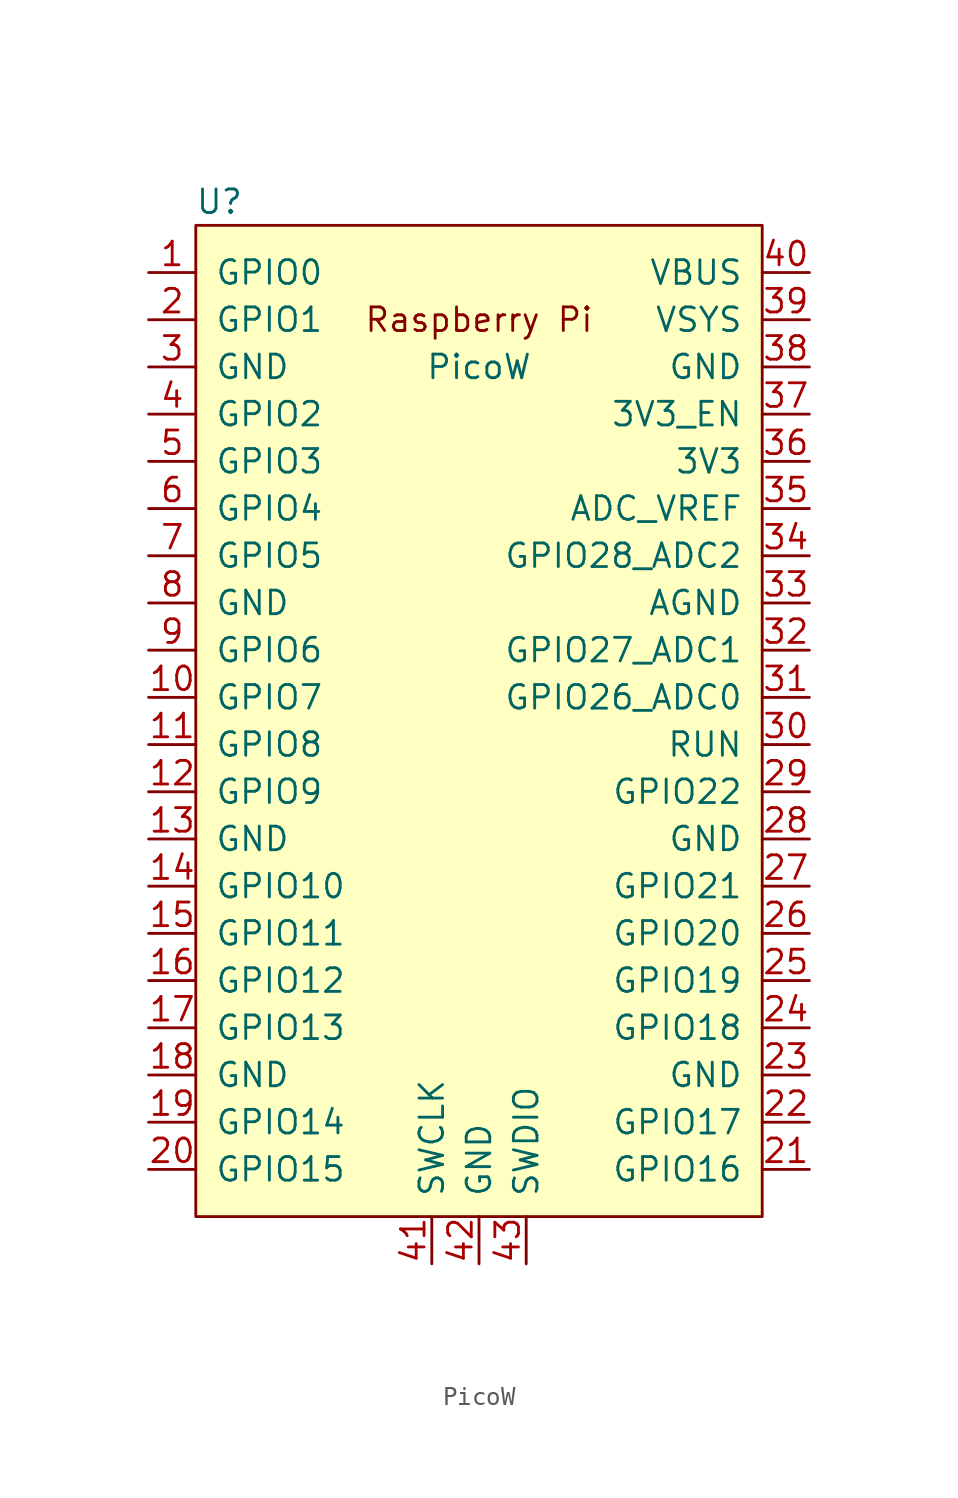
<source format=kicad_sym>
(kicad_symbol_lib
  (version 20220914)
  (generator kicad_symbol_editor)
  (symbol "PicoW"
    (pin_names
      (offset 1.016))
    (property "Reference" "U"
      (at -13.97 27.94 0)
      (effects (font (size 1.27 1.27))))
    (property "Value" "PicoW"
      (at 0 19.05 0)
      (effects (font (size 1.27 1.27))))
    (symbol "PicoW_0_0"
      (text "Raspberry Pi" (at 0 21.59 0) (effects (font (size 1.27 1.27)))))
    (symbol "PicoW_0_1"
      (rectangle (start -15.24 26.67) (end 15.24 -26.67) (stroke (width 0) (type default)) (fill (type background))))
    (symbol "PicoW_1_1"
      (pin bidirectional line (at -17.78 24.13 0) (length 2.54) (name "GPIO0" (effects (font (size 1.27 1.27)))) (number "1" (effects (font (size 1.27 1.27)))))
      (pin bidirectional line (at -17.78 1.27 0) (length 2.54) (name "GPIO7" (effects (font (size 1.27 1.27)))) (number "10" (effects (font (size 1.27 1.27)))))
      (pin bidirectional line (at -17.78 -1.27 0) (length 2.54) (name "GPIO8" (effects (font (size 1.27 1.27)))) (number "11" (effects (font (size 1.27 1.27)))))
      (pin bidirectional line (at -17.78 -3.81 0) (length 2.54) (name "GPIO9" (effects (font (size 1.27 1.27)))) (number "12" (effects (font (size 1.27 1.27)))))
      (pin power_in line (at -17.78 -6.35 0) (length 2.54) (name "GND" (effects (font (size 1.27 1.27)))) (number "13" (effects (font (size 1.27 1.27)))))
      (pin bidirectional line (at -17.78 -8.89 0) (length 2.54) (name "GPIO10" (effects (font (size 1.27 1.27)))) (number "14" (effects (font (size 1.27 1.27)))))
      (pin bidirectional line (at -17.78 -11.43 0) (length 2.54) (name "GPIO11" (effects (font (size 1.27 1.27)))) (number "15" (effects (font (size 1.27 1.27)))))
      (pin bidirectional line (at -17.78 -13.97 0) (length 2.54) (name "GPIO12" (effects (font (size 1.27 1.27)))) (number "16" (effects (font (size 1.27 1.27)))))
      (pin bidirectional line (at -17.78 -16.51 0) (length 2.54) (name "GPIO13" (effects (font (size 1.27 1.27)))) (number "17" (effects (font (size 1.27 1.27)))))
      (pin power_in line (at -17.78 -19.05 0) (length 2.54) (name "GND" (effects (font (size 1.27 1.27)))) (number "18" (effects (font (size 1.27 1.27)))))
      (pin bidirectional line (at -17.78 -21.59 0) (length 2.54) (name "GPIO14" (effects (font (size 1.27 1.27)))) (number "19" (effects (font (size 1.27 1.27)))))
      (pin bidirectional line (at -17.78 21.59 0) (length 2.54) (name "GPIO1" (effects (font (size 1.27 1.27)))) (number "2" (effects (font (size 1.27 1.27)))))
      (pin bidirectional line (at -17.78 -24.13 0) (length 2.54) (name "GPIO15" (effects (font (size 1.27 1.27)))) (number "20" (effects (font (size 1.27 1.27)))))
      (pin bidirectional line (at 17.78 -24.13 180) (length 2.54) (name "GPIO16" (effects (font (size 1.27 1.27)))) (number "21" (effects (font (size 1.27 1.27)))))
      (pin bidirectional line (at 17.78 -21.59 180) (length 2.54) (name "GPIO17" (effects (font (size 1.27 1.27)))) (number "22" (effects (font (size 1.27 1.27)))))
      (pin power_in line (at 17.78 -19.05 180) (length 2.54) (name "GND" (effects (font (size 1.27 1.27)))) (number "23" (effects (font (size 1.27 1.27)))))
      (pin bidirectional line (at 17.78 -16.51 180) (length 2.54) (name "GPIO18" (effects (font (size 1.27 1.27)))) (number "24" (effects (font (size 1.27 1.27)))))
      (pin bidirectional line (at 17.78 -13.97 180) (length 2.54) (name "GPIO19" (effects (font (size 1.27 1.27)))) (number "25" (effects (font (size 1.27 1.27)))))
      (pin bidirectional line (at 17.78 -11.43 180) (length 2.54) (name "GPIO20" (effects (font (size 1.27 1.27)))) (number "26" (effects (font (size 1.27 1.27)))))
      (pin bidirectional line (at 17.78 -8.89 180) (length 2.54) (name "GPIO21" (effects (font (size 1.27 1.27)))) (number "27" (effects (font (size 1.27 1.27)))))
      (pin power_in line (at 17.78 -6.35 180) (length 2.54) (name "GND" (effects (font (size 1.27 1.27)))) (number "28" (effects (font (size 1.27 1.27)))))
      (pin bidirectional line (at 17.78 -3.81 180) (length 2.54) (name "GPIO22" (effects (font (size 1.27 1.27)))) (number "29" (effects (font (size 1.27 1.27)))))
      (pin power_in line (at -17.78 19.05 0) (length 2.54) (name "GND" (effects (font (size 1.27 1.27)))) (number "3" (effects (font (size 1.27 1.27)))))
      (pin input line (at 17.78 -1.27 180) (length 2.54) (name "RUN" (effects (font (size 1.27 1.27)))) (number "30" (effects (font (size 1.27 1.27)))))
      (pin bidirectional line (at 17.78 1.27 180) (length 2.54) (name "GPIO26_ADC0" (effects (font (size 1.27 1.27)))) (number "31" (effects (font (size 1.27 1.27)))))
      (pin bidirectional line (at 17.78 3.81 180) (length 2.54) (name "GPIO27_ADC1" (effects (font (size 1.27 1.27)))) (number "32" (effects (font (size 1.27 1.27)))))
      (pin power_in line (at 17.78 6.35 180) (length 2.54) (name "AGND" (effects (font (size 1.27 1.27)))) (number "33" (effects (font (size 1.27 1.27)))))
      (pin bidirectional line (at 17.78 8.89 180) (length 2.54) (name "GPIO28_ADC2" (effects (font (size 1.27 1.27)))) (number "34" (effects (font (size 1.27 1.27)))))
      (pin unspecified line (at 17.78 11.43 180) (length 2.54) (name "ADC_VREF" (effects (font (size 1.27 1.27)))) (number "35" (effects (font (size 1.27 1.27)))))
      (pin unspecified line (at 17.78 13.97 180) (length 2.54) (name "3V3" (effects (font (size 1.27 1.27)))) (number "36" (effects (font (size 1.27 1.27)))) (alternate "3V3_OUT" power_out line))
      (pin input line (at 17.78 16.51 180) (length 2.54) (name "3V3_EN" (effects (font (size 1.27 1.27)))) (number "37" (effects (font (size 1.27 1.27)))))
      (pin bidirectional line (at 17.78 19.05 180) (length 2.54) (name "GND" (effects (font (size 1.27 1.27)))) (number "38" (effects (font (size 1.27 1.27)))))
      (pin unspecified line (at 17.78 21.59 180) (length 2.54) (name "VSYS" (effects (font (size 1.27 1.27)))) (number "39" (effects (font (size 1.27 1.27)))) (alternate "VSYS_IN" power_in line))
      (pin bidirectional line (at -17.78 16.51 0) (length 2.54) (name "GPIO2" (effects (font (size 1.27 1.27)))) (number "4" (effects (font (size 1.27 1.27)))))
      (pin unspecified line (at 17.78 24.13 180) (length 2.54) (name "VBUS" (effects (font (size 1.27 1.27)))) (number "40" (effects (font (size 1.27 1.27)))))
      (pin input line (at -2.54 -29.21 90) (length 2.54) (name "SWCLK" (effects (font (size 1.27 1.27)))) (number "41" (effects (font (size 1.27 1.27)))))
      (pin power_in line (at 0 -29.21 90) (length 2.54) (name "GND" (effects (font (size 1.27 1.27)))) (number "42" (effects (font (size 1.27 1.27)))))
      (pin bidirectional line (at 2.54 -29.21 90) (length 2.54) (name "SWDIO" (effects (font (size 1.27 1.27)))) (number "43" (effects (font (size 1.27 1.27)))))
      (pin bidirectional line (at -17.78 13.97 0) (length 2.54) (name "GPIO3" (effects (font (size 1.27 1.27)))) (number "5" (effects (font (size 1.27 1.27)))))
      (pin bidirectional line (at -17.78 11.43 0) (length 2.54) (name "GPIO4" (effects (font (size 1.27 1.27)))) (number "6" (effects (font (size 1.27 1.27)))))
      (pin bidirectional line (at -17.78 8.89 0) (length 2.54) (name "GPIO5" (effects (font (size 1.27 1.27)))) (number "7" (effects (font (size 1.27 1.27)))))
      (pin power_in line (at -17.78 6.35 0) (length 2.54) (name "GND" (effects (font (size 1.27 1.27)))) (number "8" (effects (font (size 1.27 1.27)))))
      (pin bidirectional line (at -17.78 3.81 0) (length 2.54) (name "GPIO6" (effects (font (size 1.27 1.27)))) (number "9" (effects (font (size 1.27 1.27))))))))
</source>
